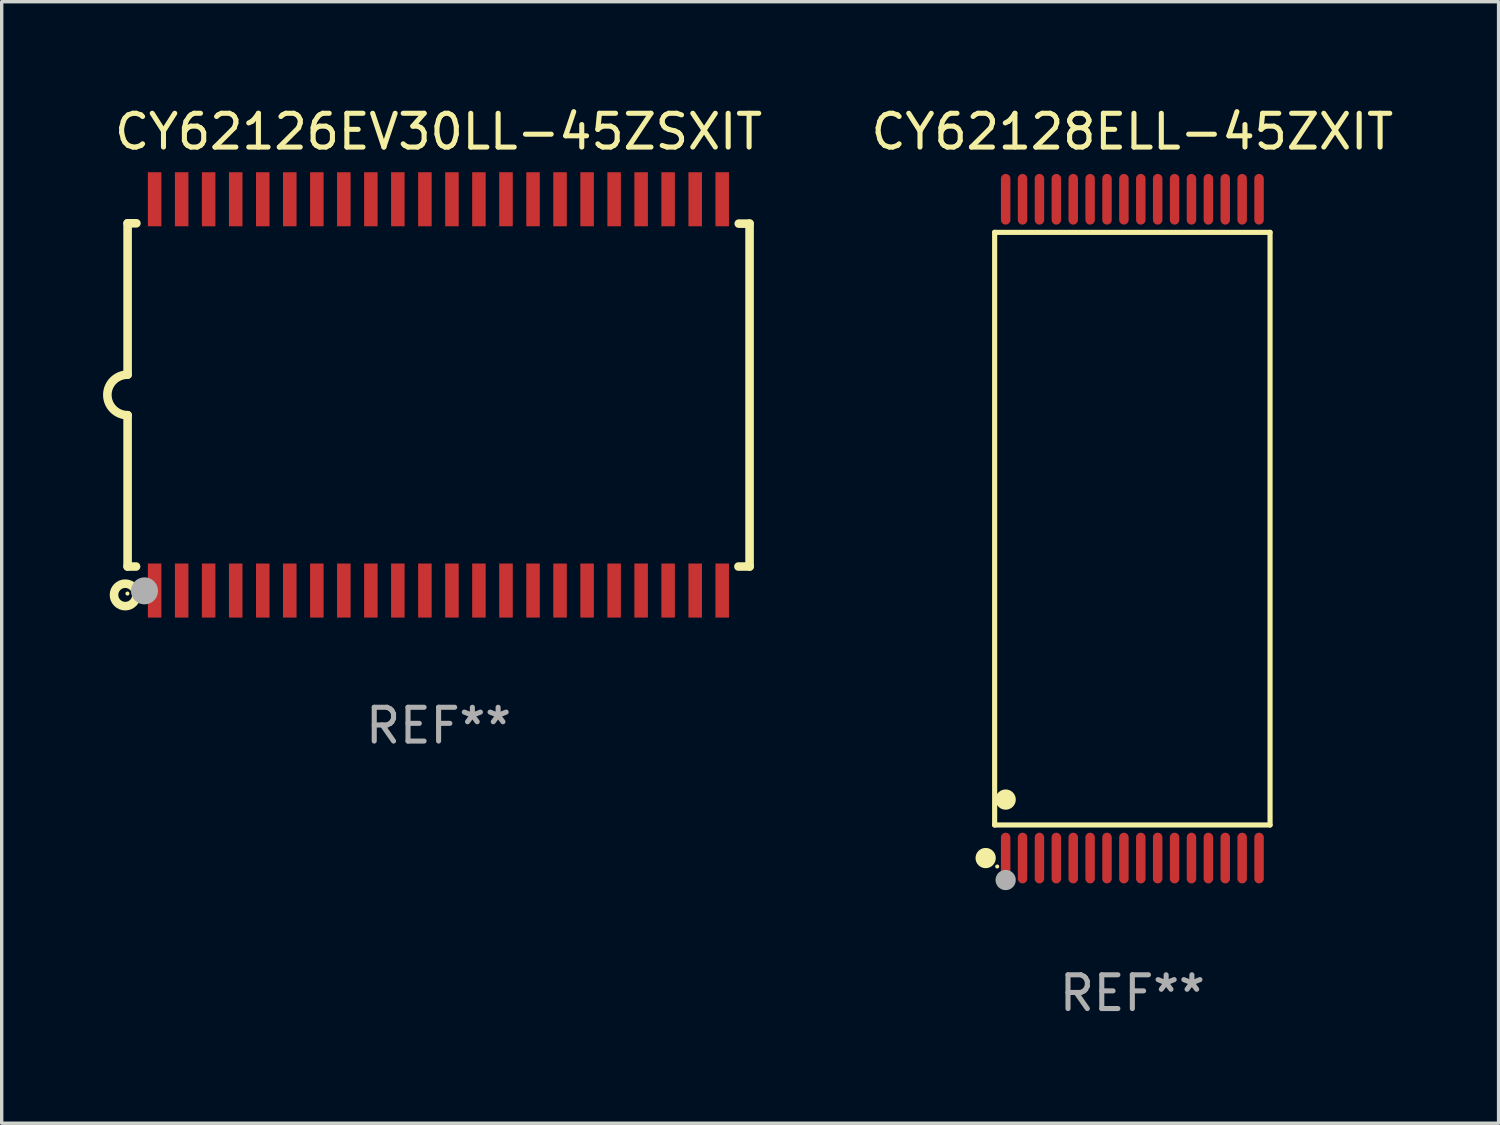
<source format=kicad_pcb>
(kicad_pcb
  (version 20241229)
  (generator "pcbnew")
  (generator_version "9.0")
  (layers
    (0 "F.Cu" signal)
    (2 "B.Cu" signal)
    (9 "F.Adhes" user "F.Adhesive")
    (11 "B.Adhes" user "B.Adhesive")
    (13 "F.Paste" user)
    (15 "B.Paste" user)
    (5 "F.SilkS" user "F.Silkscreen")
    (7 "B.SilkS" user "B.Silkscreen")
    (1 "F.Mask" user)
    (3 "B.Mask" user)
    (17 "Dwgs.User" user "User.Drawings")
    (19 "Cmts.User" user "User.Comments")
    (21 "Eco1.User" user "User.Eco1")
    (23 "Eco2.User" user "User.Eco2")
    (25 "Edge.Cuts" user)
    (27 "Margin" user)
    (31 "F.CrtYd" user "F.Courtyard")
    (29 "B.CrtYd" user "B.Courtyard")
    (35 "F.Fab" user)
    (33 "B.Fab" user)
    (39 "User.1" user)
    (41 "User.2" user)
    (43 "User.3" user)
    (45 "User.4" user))
  (footprint "CY62128ELL-45ZXIT"
    (layer "F.Cu")
    (at 30.467 12.598)
    (property "Reference" "CY62128ELL-45ZXIT" (at 0 -11.75 0) (layer "F.SilkS") (effects (font (size 1 1) (thickness 0.15))))
    (attr through_hole)
    (fp_line (start -4.076 -8.771) (end 4.076 -8.771) (stroke (width 0.152) (type solid)) (layer "F.SilkS"))
    (fp_line (start -4.076 8.771) (end -4.076 -8.771) (stroke (width 0.152) (type solid)) (layer "F.SilkS"))
    (fp_line (start 4.076 -8.771) (end 4.076 8.771) (stroke (width 0.152) (type solid)) (layer "F.SilkS"))
    (fp_line (start 4.076 8.771) (end -4.076 8.771) (stroke (width 0.152) (type solid)) (layer "F.SilkS"))
    (fp_circle (center -4.342 9.75) (end -4.192 9.75) (stroke (width 0.3) (type solid)) (fill no) (layer "F.SilkS"))
    (fp_circle (center -4 10) (end -3.97 10) (stroke (width 0.06) (type solid)) (fill no) (layer "F.SilkS"))
    (fp_circle (center -3.75 8.019) (end -3.6 8.019) (stroke (width 0.3) (type solid)) (fill no) (layer "F.SilkS"))
    (fp_circle (center -3.75 10.4) (end -3.6 10.4) (stroke (width 0.3) (type solid)) (fill no) (layer "F.Fab"))
    (fp_text user "REF**" (at 0 13.75 0) (layer "F.Fab") (effects (font (size 1 1) (thickness 0.15))))
    (pad "1" smd oval (at -3.75 9.75) (size 0.28 1.5) (layers "F.Cu" "F.Mask" "F.Paste"))
    (pad "2" smd oval (at -3.25 9.75) (size 0.28 1.5) (layers "F.Cu" "F.Mask" "F.Paste"))
    (pad "3" smd oval (at -2.75 9.75) (size 0.28 1.5) (layers "F.Cu" "F.Mask" "F.Paste"))
    (pad "4" smd oval (at -2.25 9.75) (size 0.28 1.5) (layers "F.Cu" "F.Mask" "F.Paste"))
    (pad "5" smd oval (at -1.75 9.75) (size 0.28 1.5) (layers "F.Cu" "F.Mask" "F.Paste"))
    (pad "6" smd oval (at -1.25 9.75) (size 0.28 1.5) (layers "F.Cu" "F.Mask" "F.Paste"))
    (pad "7" smd oval (at -0.75 9.75) (size 0.28 1.5) (layers "F.Cu" "F.Mask" "F.Paste"))
    (pad "8" smd oval (at -0.25 9.75) (size 0.28 1.5) (layers "F.Cu" "F.Mask" "F.Paste"))
    (pad "9" smd oval (at 0.25 9.75) (size 0.28 1.5) (layers "F.Cu" "F.Mask" "F.Paste"))
    (pad "10" smd oval (at 0.75 9.75) (size 0.28 1.5) (layers "F.Cu" "F.Mask" "F.Paste"))
    (pad "11" smd oval (at 1.25 9.75) (size 0.28 1.5) (layers "F.Cu" "F.Mask" "F.Paste"))
    (pad "12" smd oval (at 1.75 9.75) (size 0.28 1.5) (layers "F.Cu" "F.Mask" "F.Paste"))
    (pad "13" smd oval (at 2.25 9.75) (size 0.28 1.5) (layers "F.Cu" "F.Mask" "F.Paste"))
    (pad "14" smd oval (at 2.75 9.75) (size 0.28 1.5) (layers "F.Cu" "F.Mask" "F.Paste"))
    (pad "15" smd oval (at 3.25 9.75) (size 0.28 1.5) (layers "F.Cu" "F.Mask" "F.Paste"))
    (pad "16" smd oval (at 3.75 9.75) (size 0.28 1.5) (layers "F.Cu" "F.Mask" "F.Paste"))
    (pad "17" smd oval (at 3.75 -9.75) (size 0.28 1.5) (layers "F.Cu" "F.Mask" "F.Paste"))
    (pad "18" smd oval (at 3.25 -9.75) (size 0.28 1.5) (layers "F.Cu" "F.Mask" "F.Paste"))
    (pad "19" smd oval (at 2.75 -9.75) (size 0.28 1.5) (layers "F.Cu" "F.Mask" "F.Paste"))
    (pad "20" smd oval (at 2.25 -9.75) (size 0.28 1.5) (layers "F.Cu" "F.Mask" "F.Paste"))
    (pad "21" smd oval (at 1.75 -9.75) (size 0.28 1.5) (layers "F.Cu" "F.Mask" "F.Paste"))
    (pad "22" smd oval (at 1.25 -9.75) (size 0.28 1.5) (layers "F.Cu" "F.Mask" "F.Paste"))
    (pad "23" smd oval (at 0.75 -9.75) (size 0.28 1.5) (layers "F.Cu" "F.Mask" "F.Paste"))
    (pad "24" smd oval (at 0.25 -9.75) (size 0.28 1.5) (layers "F.Cu" "F.Mask" "F.Paste"))
    (pad "25" smd oval (at -0.25 -9.75) (size 0.28 1.5) (layers "F.Cu" "F.Mask" "F.Paste"))
    (pad "26" smd oval (at -0.75 -9.75) (size 0.28 1.5) (layers "F.Cu" "F.Mask" "F.Paste"))
    (pad "27" smd oval (at -1.25 -9.75) (size 0.28 1.5) (layers "F.Cu" "F.Mask" "F.Paste"))
    (pad "28" smd oval (at -1.75 -9.75) (size 0.28 1.5) (layers "F.Cu" "F.Mask" "F.Paste"))
    (pad "29" smd oval (at -2.25 -9.75) (size 0.28 1.5) (layers "F.Cu" "F.Mask" "F.Paste"))
    (pad "30" smd oval (at -2.75 -9.75) (size 0.28 1.5) (layers "F.Cu" "F.Mask" "F.Paste"))
    (pad "31" smd oval (at -3.25 -9.75) (size 0.28 1.5) (layers "F.Cu" "F.Mask" "F.Paste"))
    (pad "32" smd oval (at -3.75 -9.75) (size 0.28 1.5) (layers "F.Cu" "F.Mask" "F.Paste")))
  (footprint "CY62126EV30LL-45ZSXIT"
    (layer "F.Cu")
    (at 9.932 8.639)
    (property "Reference" "CY62126EV30LL-45ZSXIT" (at 0 -7.791 0) (layer "F.SilkS") (effects (font (size 1 1) (thickness 0.15))))
    (attr through_hole)
    (fp_line (start -9.205 -5.08) (end -9.205 -0.6) (stroke (width 0.254) (type solid)) (layer "F.SilkS"))
    (fp_line (start -9.205 5.08) (end -9.205 0.6) (stroke (width 0.254) (type solid)) (layer "F.SilkS"))
    (fp_line (start -8.955 5.08) (end -9.205 5.08) (stroke (width 0.254) (type solid)) (layer "F.SilkS"))
    (fp_line (start -8.945 -5.08) (end -9.205 -5.08) (stroke (width 0.254) (type solid)) (layer "F.SilkS"))
    (fp_line (start 8.885 -5.07) (end 9.205 -5.07) (stroke (width 0.254) (type solid)) (layer "F.SilkS"))
    (fp_line (start 9.205 -5.07) (end 9.205 5.08) (stroke (width 0.254) (type solid)) (layer "F.SilkS"))
    (fp_line (start 9.205 5.08) (end 8.875 5.08) (stroke (width 0.254) (type solid)) (layer "F.SilkS"))
    (fp_arc (start -9.204978 0.6) (mid -9.804623 0.000241) (end -9.204902 -0.599442) (stroke (width 0.254001) (type solid)) (layer "F.SilkS"))
    (fp_circle (center -9.275 5.92) (end -8.942 5.92) (stroke (width 0.254) (type solid)) (fill no) (layer "F.SilkS"))
    (fp_circle (center -9.21 5.88) (end -9.18 5.88) (stroke (width 0.06) (type solid)) (fill no) (layer "F.SilkS"))
    (fp_circle (center -8.705 5.8) (end -8.505 5.8) (stroke (width 0.4) (type solid)) (fill no) (layer "F.Fab"))
    (fp_text user "REF**" (at 0 9.791 0) (layer "F.Fab") (effects (font (size 1 1) (thickness 0.15))))
    (pad "1" smd rect (at -8.405 5.791) (size 0.4 1.6) (layers "F.Cu" "F.Mask" "F.Paste"))
    (pad "2" smd rect (at -7.605 5.791) (size 0.4 1.6) (layers "F.Cu" "F.Mask" "F.Paste"))
    (pad "3" smd rect (at -6.806 5.791) (size 0.4 1.6) (layers "F.Cu" "F.Mask" "F.Paste"))
    (pad "4" smd rect (at -6.005 5.791) (size 0.4 1.6) (layers "F.Cu" "F.Mask" "F.Paste"))
    (pad "5" smd rect (at -5.204 5.791) (size 0.4 1.6) (layers "F.Cu" "F.Mask" "F.Paste"))
    (pad "6" smd rect (at -4.405 5.791) (size 0.4 1.6) (layers "F.Cu" "F.Mask" "F.Paste"))
    (pad "7" smd rect (at -3.604 5.791) (size 0.4 1.6) (layers "F.Cu" "F.Mask" "F.Paste"))
    (pad "8" smd rect (at -2.805 5.791) (size 0.4 1.6) (layers "F.Cu" "F.Mask" "F.Paste"))
    (pad "9" smd rect (at -2.005 5.791) (size 0.4 1.6) (layers "F.Cu" "F.Mask" "F.Paste"))
    (pad "10" smd rect (at -1.206 5.791) (size 0.4 1.6) (layers "F.Cu" "F.Mask" "F.Paste"))
    (pad "11" smd rect (at -0.405 5.791) (size 0.4 1.6) (layers "F.Cu" "F.Mask" "F.Paste"))
    (pad "12" smd rect (at 0.395 5.791) (size 0.4 1.6) (layers "F.Cu" "F.Mask" "F.Paste"))
    (pad "13" smd rect (at 1.194 5.791) (size 0.4 1.6) (layers "F.Cu" "F.Mask" "F.Paste"))
    (pad "14" smd rect (at 1.995 5.791) (size 0.4 1.6) (layers "F.Cu" "F.Mask" "F.Paste"))
    (pad "15" smd rect (at 2.796 5.791) (size 0.4 1.6) (layers "F.Cu" "F.Mask" "F.Paste"))
    (pad "16" smd rect (at 3.595 5.791) (size 0.4 1.6) (layers "F.Cu" "F.Mask" "F.Paste"))
    (pad "17" smd rect (at 4.396 5.791) (size 0.4 1.6) (layers "F.Cu" "F.Mask" "F.Paste"))
    (pad "18" smd rect (at 5.196 5.791) (size 0.4 1.6) (layers "F.Cu" "F.Mask" "F.Paste"))
    (pad "19" smd rect (at 5.995 5.791) (size 0.4 1.6) (layers "F.Cu" "F.Mask" "F.Paste"))
    (pad "20" smd rect (at 6.794 5.791) (size 0.4 1.6) (layers "F.Cu" "F.Mask" "F.Paste"))
    (pad "21" smd rect (at 7.595 5.791) (size 0.4 1.6) (layers "F.Cu" "F.Mask" "F.Paste"))
    (pad "22" smd rect (at 8.395 5.791) (size 0.4 1.6) (layers "F.Cu" "F.Mask" "F.Paste"))
    (pad "23" smd rect (at 8.395 -5.791) (size 0.4 1.6) (layers "F.Cu" "F.Mask" "F.Paste"))
    (pad "24" smd rect (at 7.595 -5.791) (size 0.4 1.6) (layers "F.Cu" "F.Mask" "F.Paste"))
    (pad "25" smd rect (at 6.794 -5.791) (size 0.4 1.6) (layers "F.Cu" "F.Mask" "F.Paste"))
    (pad "26" smd rect (at 5.995 -5.791) (size 0.4 1.6) (layers "F.Cu" "F.Mask" "F.Paste"))
    (pad "27" smd rect (at 5.196 -5.791) (size 0.4 1.6) (layers "F.Cu" "F.Mask" "F.Paste"))
    (pad "28" smd rect (at 4.396 -5.791) (size 0.4 1.6) (layers "F.Cu" "F.Mask" "F.Paste"))
    (pad "29" smd rect (at 3.595 -5.791) (size 0.4 1.6) (layers "F.Cu" "F.Mask" "F.Paste"))
    (pad "30" smd rect (at 2.796 -5.791) (size 0.4 1.6) (layers "F.Cu" "F.Mask" "F.Paste"))
    (pad "31" smd rect (at 1.995 -5.791) (size 0.4 1.6) (layers "F.Cu" "F.Mask" "F.Paste"))
    (pad "32" smd rect (at 1.194 -5.791) (size 0.4 1.6) (layers "F.Cu" "F.Mask" "F.Paste"))
    (pad "33" smd rect (at 0.395 -5.791) (size 0.4 1.6) (layers "F.Cu" "F.Mask" "F.Paste"))
    (pad "34" smd rect (at -0.405 -5.791) (size 0.4 1.6) (layers "F.Cu" "F.Mask" "F.Paste"))
    (pad "35" smd rect (at -1.206 -5.791) (size 0.4 1.6) (layers "F.Cu" "F.Mask" "F.Paste"))
    (pad "36" smd rect (at -2.005 -5.791) (size 0.4 1.6) (layers "F.Cu" "F.Mask" "F.Paste"))
    (pad "37" smd rect (at -2.805 -5.791) (size 0.4 1.6) (layers "F.Cu" "F.Mask" "F.Paste"))
    (pad "38" smd rect (at -3.604 -5.791) (size 0.4 1.6) (layers "F.Cu" "F.Mask" "F.Paste"))
    (pad "39" smd rect (at -4.405 -5.791) (size 0.4 1.6) (layers "F.Cu" "F.Mask" "F.Paste"))
    (pad "40" smd rect (at -5.204 -5.791) (size 0.4 1.6) (layers "F.Cu" "F.Mask" "F.Paste"))
    (pad "41" smd rect (at -6.005 -5.791) (size 0.4 1.6) (layers "F.Cu" "F.Mask" "F.Paste"))
    (pad "42" smd rect (at -6.806 -5.791) (size 0.4 1.6) (layers "F.Cu" "F.Mask" "F.Paste"))
    (pad "43" smd rect (at -7.605 -5.791) (size 0.4 1.6) (layers "F.Cu" "F.Mask" "F.Paste"))
    (pad "44" smd rect (at -8.405 -5.791) (size 0.4 1.6) (layers "F.Cu" "F.Mask" "F.Paste")))
  (gr_rect
    (start -3 -3)
    (end 41.307 30.197)
    (stroke (width 0.1) (type default))
    (fill no)
    (layer "Edge.Cuts")))
</source>
